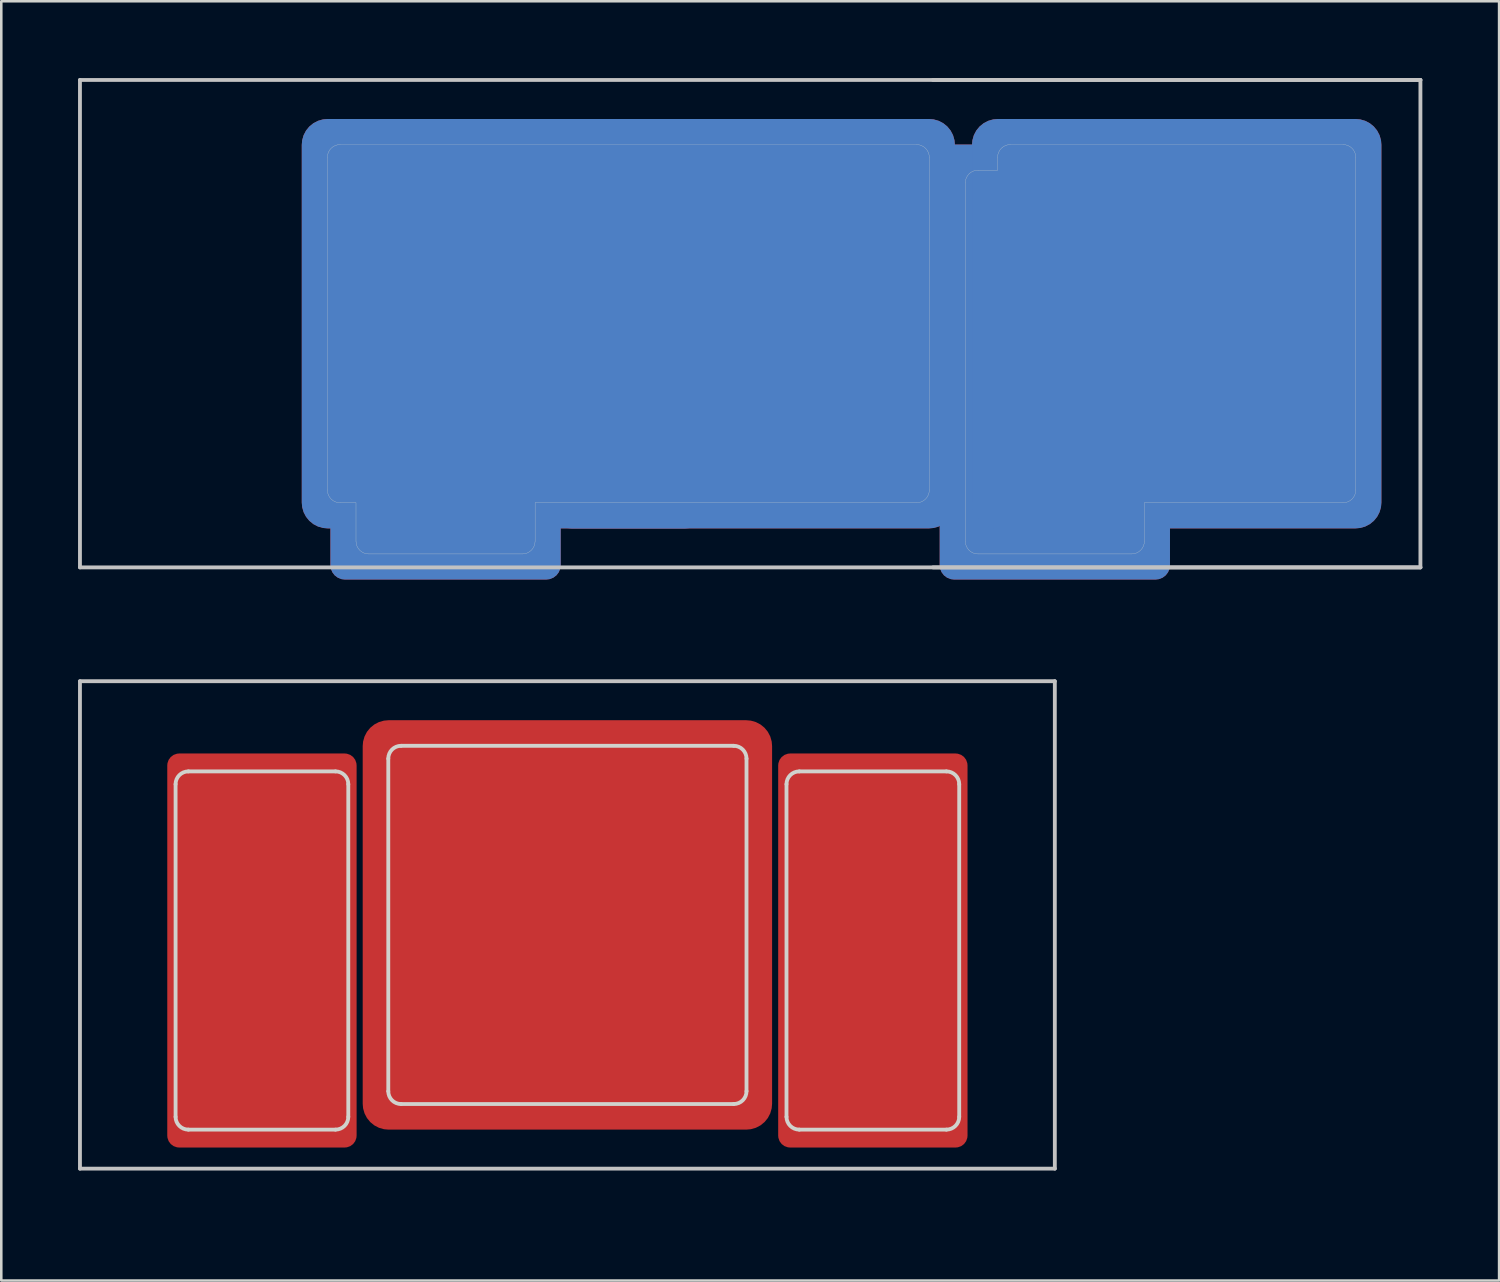
<source format=kicad_pcb>
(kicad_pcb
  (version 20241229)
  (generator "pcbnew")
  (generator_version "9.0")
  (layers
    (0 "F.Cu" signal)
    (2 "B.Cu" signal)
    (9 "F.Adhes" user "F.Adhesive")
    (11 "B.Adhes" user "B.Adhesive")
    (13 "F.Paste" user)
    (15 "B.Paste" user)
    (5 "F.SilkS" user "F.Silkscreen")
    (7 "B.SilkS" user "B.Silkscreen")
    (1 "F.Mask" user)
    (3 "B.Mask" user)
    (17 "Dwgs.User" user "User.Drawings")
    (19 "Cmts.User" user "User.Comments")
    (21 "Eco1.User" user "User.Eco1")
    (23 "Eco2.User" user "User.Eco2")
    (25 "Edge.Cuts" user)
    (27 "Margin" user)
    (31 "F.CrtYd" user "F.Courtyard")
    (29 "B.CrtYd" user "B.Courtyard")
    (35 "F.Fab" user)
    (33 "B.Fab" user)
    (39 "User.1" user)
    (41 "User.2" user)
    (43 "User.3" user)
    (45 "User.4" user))
  (footprint "MX_Cutout_2.75u_1.75u-1u"
    (layer "F.Cu")
    (at 26.269 9.6)
    (property "Reference" "MX_Cutout_2.75u_1.75u-1u" (at 0.25 10.05 0) (layer "Eco2.User") (effects (font (size 1 1) (thickness 0.15))))
    (fp_line (start -26.194 -9.525) (end 26.194 -9.525) (stroke (width 0.15) (type solid)) (layer "Dwgs.User"))
    (fp_line (start -26.194 9.525) (end -26.194 -9.525) (stroke (width 0.15) (type solid)) (layer "Dwgs.User"))
    (fp_line (start -26.194 9.525) (end 26.194 9.525) (stroke (width 0.15) (type solid)) (layer "Dwgs.User"))
    (fp_line (start 7.144 -9.525) (end 26.194 -9.525) (stroke (width 0.15) (type solid)) (layer "Dwgs.User"))
    (fp_line (start 26.194 -9.525) (end 26.194 9.525) (stroke (width 0.15) (type solid)) (layer "Dwgs.User"))
    (fp_line (start 26.194 9.525) (end 7.144 9.525) (stroke (width 0.15) (type solid)) (layer "Dwgs.User"))
    (fp_line (start -16.525 -6.5) (end -16.525 6.5) (stroke (width 0.01) (type solid)) (layer "Edge.Cuts"))
    (fp_line (start -16.025 -7) (end 6.5 -7) (stroke (width 0.01) (type solid)) (layer "Edge.Cuts"))
    (fp_line (start -16.025 7) (end -15.406 7) (stroke (width 0.01) (type solid)) (layer "Edge.Cuts"))
    (fp_line (start -15.406 8.5) (end -15.406 7) (stroke (width 0.01) (type solid)) (layer "Edge.Cuts"))
    (fp_line (start -8.906 9) (end -14.906 9) (stroke (width 0.01) (type solid)) (layer "Edge.Cuts"))
    (fp_line (start -8.406 7) (end -8.406 8.5) (stroke (width 0.01) (type solid)) (layer "Edge.Cuts"))
    (fp_line (start 6.5 7) (end -8.406 7) (stroke (width 0.01) (type solid)) (layer "Edge.Cuts"))
    (fp_line (start 7 -6.5) (end 7 6.5) (stroke (width 0.01) (type solid)) (layer "Edge.Cuts"))
    (fp_line (start 8.406 8.5) (end 8.406 -5.5) (stroke (width 0.01) (type solid)) (layer "Edge.Cuts"))
    (fp_line (start 8.906 -6) (end 9.669 -6) (stroke (width 0.01) (type solid)) (layer "Edge.Cuts"))
    (fp_line (start 9.669 -6.5) (end 9.669 -6) (stroke (width 0.01) (type solid)) (layer "Edge.Cuts"))
    (fp_line (start 14.906 9) (end 8.906 9) (stroke (width 0.01) (type solid)) (layer "Edge.Cuts"))
    (fp_line (start 15.406 7) (end 15.406 8.5) (stroke (width 0.01) (type solid)) (layer "Edge.Cuts"))
    (fp_line (start 15.406 7) (end 23.169 7) (stroke (width 0.01) (type solid)) (layer "Edge.Cuts"))
    (fp_line (start 23.169 -7) (end 10.169 -7) (stroke (width 0.01) (type solid)) (layer "Edge.Cuts"))
    (fp_line (start 23.669 6.5) (end 23.669 -6.5) (stroke (width 0.01) (type solid)) (layer "Edge.Cuts"))
    (fp_arc (start -16.525 -6.5) (mid -16.378553 -6.853553) (end -16.025 -7) (stroke (width 0.01) (type solid)) (layer "Edge.Cuts"))
    (fp_arc (start -16.025 7) (mid -16.378553 6.853553) (end -16.525 6.5) (stroke (width 0.01) (type solid)) (layer "Edge.Cuts"))
    (fp_arc (start -14.90625 9) (mid -15.259803 8.853553) (end -15.40625 8.5) (stroke (width 0.01) (type solid)) (layer "Edge.Cuts"))
    (fp_arc (start -8.406249 8.500001) (mid -8.552696 8.853554) (end -8.90625 9) (stroke (width 0.01) (type solid)) (layer "Edge.Cuts"))
    (fp_arc (start 6.5 -7) (mid 6.853553 -6.853553) (end 7 -6.5) (stroke (width 0.01) (type solid)) (layer "Edge.Cuts"))
    (fp_arc (start 7 6.5) (mid 6.853553 6.853553) (end 6.5 7) (stroke (width 0.01) (type solid)) (layer "Edge.Cuts"))
    (fp_arc (start 8.40625 -5.5) (mid 8.552697 -5.853553) (end 8.90625 -6) (stroke (width 0.01) (type solid)) (layer "Edge.Cuts"))
    (fp_arc (start 8.90625 9) (mid 8.552697 8.853553) (end 8.40625 8.5) (stroke (width 0.01) (type solid)) (layer "Edge.Cuts"))
    (fp_arc (start 9.66875 -6.5) (mid 9.815197 -6.853553) (end 10.16875 -7) (stroke (width 0.01) (type solid)) (layer "Edge.Cuts"))
    (fp_arc (start 15.40625 8.5) (mid 15.259803 8.853553) (end 14.90625 9) (stroke (width 0.01) (type solid)) (layer "Edge.Cuts"))
    (fp_arc (start 23.16875 -7) (mid 23.522303 -6.853553) (end 23.66875 -6.5) (stroke (width 0.01) (type solid)) (layer "Edge.Cuts"))
    (fp_arc (start 23.66875 6.5) (mid 23.522303 6.853553) (end 23.16875 7) (stroke (width 0.01) (type solid)) (layer "Edge.Cuts"))
    (pad "1" smd roundrect (at -11.906 1.5 180) (size 9 17) (layers "F.Cu" "F.Mask") (roundrect_rratio 0.063))
    (pad "1" smd roundrect (at -11.906 1.5 180) (size 9 17) (layers "B.Cu" "B.Mask") (roundrect_rratio 0.063))
    (pad "1" smd roundrect (at -9.525 0 180) (size 16 16) (layers "F.Cu" "F.Mask") (roundrect_rratio 0.063))
    (pad "1" smd roundrect (at -9.525 0 180) (size 16 16) (layers "B.Cu" "B.Mask") (roundrect_rratio 0.063))
    (pad "1" smd roundrect (at 0 0 180) (size 16 16) (layers "F.Cu" "F.Mask") (roundrect_rratio 0.063))
    (pad "1" smd roundrect (at 0 0 180) (size 16 16) (layers "B.Cu" "B.Mask") (roundrect_rratio 0.063))
    (pad "1" smd roundrect (at 11.906 1.5 180) (size 9 17) (layers "F.Cu" "F.Mask") (roundrect_rratio 0.063))
    (pad "1" smd roundrect (at 11.906 1.5 180) (size 9 17) (layers "B.Cu" "B.Mask") (roundrect_rratio 0.063))
    (pad "1" smd roundrect (at 16.669 0 180) (size 16 16) (layers "F.Cu" "F.Mask") (roundrect_rratio 0.063))
    (pad "1" smd roundrect (at 16.669 0 180) (size 16 16) (layers "B.Cu" "B.Mask") (roundrect_rratio 0.063)))
  (footprint "MX_Cutout_2u"
    (layer "F.Cu")
    (at 19.125 33.098)
    (property "Reference" "MX_Cutout_2u" (at 0.25 10.05 0) (layer "Eco2.User") (effects (font (size 1 1) (thickness 0.15))))
    (attr through_hole)
    (fp_line (start -19.05 -9.525) (end -19.05 9.525) (stroke (width 0.15) (type solid)) (layer "Dwgs.User"))
    (fp_line (start -19.05 -9.525) (end 19.05 -9.525) (stroke (width 0.15) (type solid)) (layer "Dwgs.User"))
    (fp_line (start -19.05 9.525) (end 19.05 9.525) (stroke (width 0.15) (type solid)) (layer "Dwgs.User"))
    (fp_line (start 19.05 -9.525) (end 19.05 9.525) (stroke (width 0.15) (type solid)) (layer "Dwgs.User"))
    (fp_line (start -15.313 7.5) (end -15.313 -5.5) (stroke (width 0.15) (type solid)) (layer "Edge.Cuts"))
    (fp_line (start -14.813 -6) (end -9.063 -6) (stroke (width 0.15) (type solid)) (layer "Edge.Cuts"))
    (fp_line (start -9.063 8) (end -14.813 8) (stroke (width 0.15) (type solid)) (layer "Edge.Cuts"))
    (fp_line (start -8.563 -5.5) (end -8.563 7.5) (stroke (width 0.15) (type solid)) (layer "Edge.Cuts"))
    (fp_line (start -7 6.5) (end -7 -6.5) (stroke (width 0.15) (type solid)) (layer "Edge.Cuts"))
    (fp_line (start -6.5 -7) (end 6.5 -7) (stroke (width 0.15) (type solid)) (layer "Edge.Cuts"))
    (fp_line (start 6.5 7) (end -6.5 7) (stroke (width 0.15) (type solid)) (layer "Edge.Cuts"))
    (fp_line (start 7 -6.5) (end 7 6.5) (stroke (width 0.15) (type solid)) (layer "Edge.Cuts"))
    (fp_line (start 8.563 7.5) (end 8.563 -5.5) (stroke (width 0.15) (type solid)) (layer "Edge.Cuts"))
    (fp_line (start 9.063 -6) (end 14.813 -6) (stroke (width 0.15) (type solid)) (layer "Edge.Cuts"))
    (fp_line (start 14.813 8) (end 9.063 8) (stroke (width 0.15) (type solid)) (layer "Edge.Cuts"))
    (fp_line (start 15.313 -5.5) (end 15.313 7.5) (stroke (width 0.15) (type solid)) (layer "Edge.Cuts"))
    (fp_arc (start -15.313 -5.5) (mid -15.166553 -5.853553) (end -14.813 -6) (stroke (width 0.15) (type solid)) (layer "Edge.Cuts"))
    (fp_arc (start -14.813 8) (mid -15.166553 7.853553) (end -15.313 7.5) (stroke (width 0.15) (type solid)) (layer "Edge.Cuts"))
    (fp_arc (start -9.063 -6) (mid -8.709447 -5.853553) (end -8.563 -5.5) (stroke (width 0.15) (type solid)) (layer "Edge.Cuts"))
    (fp_arc (start -8.563 7.5) (mid -8.709447 7.853553) (end -9.063 8) (stroke (width 0.15) (type solid)) (layer "Edge.Cuts"))
    (fp_arc (start -7 -6.5) (mid -6.853553 -6.853553) (end -6.5 -7) (stroke (width 0.15) (type solid)) (layer "Edge.Cuts"))
    (fp_arc (start -6.5 7) (mid -6.853553 6.853553) (end -7 6.5) (stroke (width 0.15) (type solid)) (layer "Edge.Cuts"))
    (fp_arc (start 6.5 -7) (mid 6.853553 -6.853553) (end 7 -6.5) (stroke (width 0.15) (type solid)) (layer "Edge.Cuts"))
    (fp_arc (start 7 6.5) (mid 6.853553 6.853553) (end 6.5 7) (stroke (width 0.15) (type solid)) (layer "Edge.Cuts"))
    (fp_arc (start 8.563 -5.5) (mid 8.709447 -5.853553) (end 9.063 -6) (stroke (width 0.15) (type solid)) (layer "Edge.Cuts"))
    (fp_arc (start 9.063 8) (mid 8.709447 7.853553) (end 8.563 7.5) (stroke (width 0.15) (type solid)) (layer "Edge.Cuts"))
    (fp_arc (start 14.813 -6) (mid 15.166553 -5.853553) (end 15.313 -5.5) (stroke (width 0.15) (type solid)) (layer "Edge.Cuts"))
    (fp_arc (start 15.313 7.5) (mid 15.166553 7.853553) (end 14.813 8) (stroke (width 0.15) (type solid)) (layer "Edge.Cuts"))
    (pad "1" smd roundrect (at -11.938 1 180) (size 7.4 15.4) (layers "F.Cu" "F.Mask") (roundrect_rratio 0.063))
    (pad "1" smd roundrect (at 0 0 180) (size 16 16) (layers "F.Cu" "F.Mask") (roundrect_rratio 0.063))
    (pad "1" smd roundrect (at 11.938 1 180) (size 7.4 15.4) (layers "F.Cu" "F.Mask") (roundrect_rratio 0.063)))
  (gr_rect
    (start -3 -3)
    (end 55.538 46.996)
    (stroke (width 0.1) (type default))
    (fill no)
    (layer "Edge.Cuts")))
</source>
